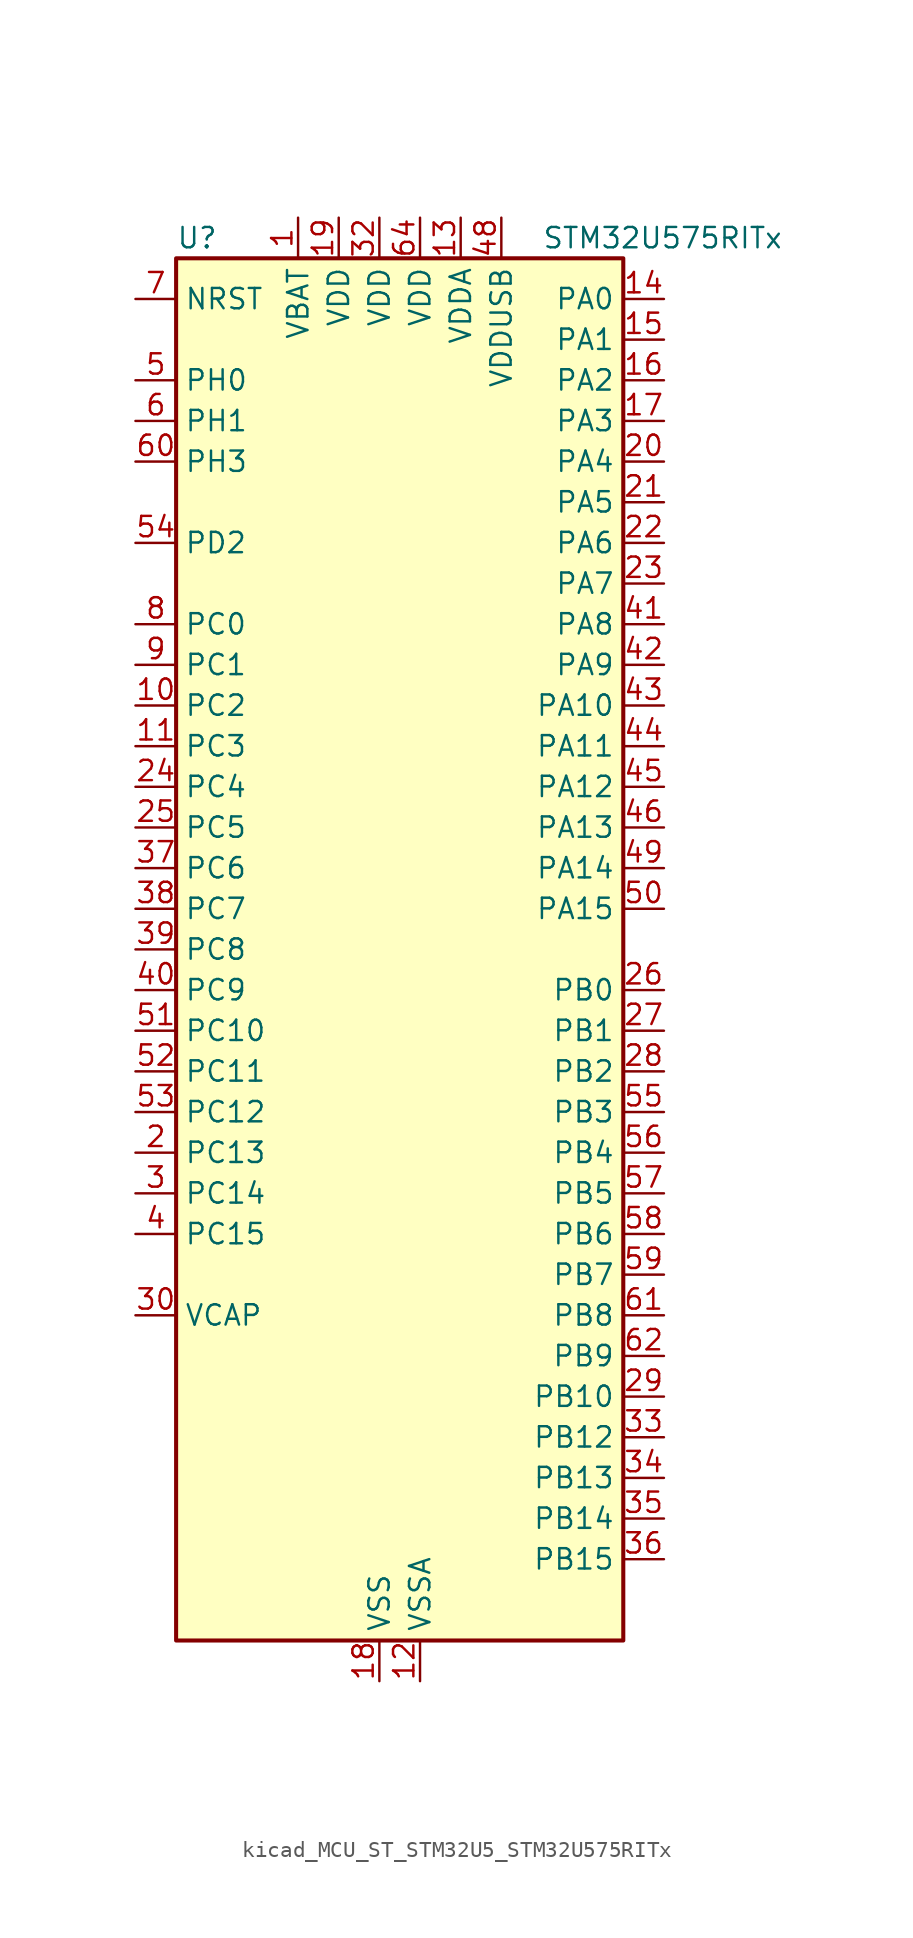
<source format=kicad_sym>
(kicad_symbol_lib
  (version 20220914)
  (generator kicad_symbol_editor)
  (symbol "kicad_MCU_ST_STM32U5_STM32U575RITx"
    (property "Reference" "U"
      (at -12.7 44.45 0)
      (effects (font (size 1.27 1.27)) (justify left)))
    (property "Value" "STM32U575RITx"
      (at 10.16 44.45 0)
      (effects (font (size 1.27 1.27)) (justify left)))
    (property "ki_locked" ""
      (at 0 0 0)
      (effects (font (size 1.27 1.27))))
    (symbol "kicad_MCU_ST_STM32U5_STM32U575RITx_0_1"
      (rectangle (start -12.7 -43.18) (end 15.24 43.18) (stroke (width 0.254) (type default)) (fill (type background))))
    (symbol "kicad_MCU_ST_STM32U5_STM32U575RITx_1_1"
      (pin power_in line (at -5.08 45.72 270) (length 2.54) (name "VBAT" (effects (font (size 1.27 1.27)))) (number "1" (effects (font (size 1.27 1.27)))))
      (pin bidirectional line (at -15.24 15.24 0) (length 2.54) (name "PC2" (effects (font (size 1.27 1.27)))) (number "10" (effects (font (size 1.27 1.27)))) (alternate "ADC1_IN3" bidirectional line) (alternate "ADC4_IN3" bidirectional line) (alternate "LPTIM1_IN2" bidirectional line) (alternate "MDF1_CCK1" bidirectional line) (alternate "OCTOSPIM_P1_IO5" bidirectional line) (alternate "SPI2_MISO" bidirectional line))
      (pin bidirectional line (at -15.24 12.7 0) (length 2.54) (name "PC3" (effects (font (size 1.27 1.27)))) (number "11" (effects (font (size 1.27 1.27)))) (alternate "ADC1_IN4" bidirectional line) (alternate "ADC4_IN4" bidirectional line) (alternate "LPTIM1_ETR" bidirectional line) (alternate "LPTIM2_ETR" bidirectional line) (alternate "LPTIM3_CH1" bidirectional line) (alternate "OCTOSPIM_P1_IO6" bidirectional line) (alternate "SAI1_D1" bidirectional line) (alternate "SAI1_SD_A" bidirectional line) (alternate "SPI2_MOSI" bidirectional line))
      (pin power_in line (at 2.54 -45.72 90) (length 2.54) (name "VSSA" (effects (font (size 1.27 1.27)))) (number "12" (effects (font (size 1.27 1.27)))))
      (pin power_in line (at 5.08 45.72 270) (length 2.54) (name "VDDA" (effects (font (size 1.27 1.27)))) (number "13" (effects (font (size 1.27 1.27)))))
      (pin bidirectional line (at 17.78 40.64 180) (length 2.54) (name "PA0" (effects (font (size 1.27 1.27)))) (number "14" (effects (font (size 1.27 1.27)))) (alternate "ADC1_IN5" bidirectional line) (alternate "AUDIOCLK" bidirectional line) (alternate "OCTOSPIM_P2_NCS" bidirectional line) (alternate "OPAMP1_VINP" bidirectional line) (alternate "PWR_WKUP1" bidirectional line) (alternate "SDMMC2_CMD" bidirectional line) (alternate "SPI3_RDY" bidirectional line) (alternate "TAMP_IN2" bidirectional line) (alternate "TAMP_OUT1" bidirectional line) (alternate "TIM2_CH1" bidirectional line) (alternate "TIM2_ETR" bidirectional line) (alternate "TIM5_CH1" bidirectional line) (alternate "TIM8_ETR" bidirectional line) (alternate "UART4_TX" bidirectional line) (alternate "USART2_CTS" bidirectional line))
      (pin bidirectional line (at 17.78 38.1 180) (length 2.54) (name "PA1" (effects (font (size 1.27 1.27)))) (number "15" (effects (font (size 1.27 1.27)))) (alternate "ADC1_IN6" bidirectional line) (alternate "I2C1_SMBA" bidirectional line) (alternate "LPTIM1_CH2" bidirectional line) (alternate "OCTOSPIM_P1_DQS" bidirectional line) (alternate "OPAMP1_VINM" bidirectional line) (alternate "PWR_WKUP3" bidirectional line) (alternate "SPI1_SCK" bidirectional line) (alternate "TAMP_IN5" bidirectional line) (alternate "TAMP_OUT4" bidirectional line) (alternate "TIM15_CH1N" bidirectional line) (alternate "TIM2_CH2" bidirectional line) (alternate "TIM5_CH2" bidirectional line) (alternate "UART4_RX" bidirectional line) (alternate "USART2_DE" bidirectional line) (alternate "USART2_RTS" bidirectional line))
      (pin bidirectional line (at 17.78 35.56 180) (length 2.54) (name "PA2" (effects (font (size 1.27 1.27)))) (number "16" (effects (font (size 1.27 1.27)))) (alternate "ADC1_IN7" bidirectional line) (alternate "COMP1_INP" bidirectional line) (alternate "LPUART1_TX" bidirectional line) (alternate "OCTOSPIM_P1_NCS" bidirectional line) (alternate "PWR_WKUP4" bidirectional line) (alternate "RCC_LSCO" bidirectional line) (alternate "SPI1_RDY" bidirectional line) (alternate "TIM15_CH1" bidirectional line) (alternate "TIM2_CH3" bidirectional line) (alternate "TIM5_CH3" bidirectional line) (alternate "UCPD1_FRSTX1" bidirectional line) (alternate "USART2_TX" bidirectional line))
      (pin bidirectional line (at 17.78 33.02 180) (length 2.54) (name "PA3" (effects (font (size 1.27 1.27)))) (number "17" (effects (font (size 1.27 1.27)))) (alternate "ADC1_IN8" bidirectional line) (alternate "LPUART1_RX" bidirectional line) (alternate "OCTOSPIM_P1_CLK" bidirectional line) (alternate "OPAMP1_VOUT" bidirectional line) (alternate "PWR_WKUP5" bidirectional line) (alternate "SAI1_CK1" bidirectional line) (alternate "SAI1_MCLK_A" bidirectional line) (alternate "TIM15_CH2" bidirectional line) (alternate "TIM2_CH4" bidirectional line) (alternate "TIM5_CH4" bidirectional line) (alternate "USART2_RX" bidirectional line))
      (pin power_in line (at 0 -45.72 90) (length 2.54) (name "VSS" (effects (font (size 1.27 1.27)))) (number "18" (effects (font (size 1.27 1.27)))))
      (pin power_in line (at -2.54 45.72 270) (length 2.54) (name "VDD" (effects (font (size 1.27 1.27)))) (number "19" (effects (font (size 1.27 1.27)))))
      (pin bidirectional line (at -15.24 -12.7 0) (length 2.54) (name "PC13" (effects (font (size 1.27 1.27)))) (number "2" (effects (font (size 1.27 1.27)))) (alternate "PWR_WKUP2" bidirectional line) (alternate "RTC_OUT1" bidirectional line) (alternate "RTC_TS" bidirectional line) (alternate "TAMP_IN1" bidirectional line) (alternate "TAMP_OUT2" bidirectional line))
      (pin bidirectional line (at 17.78 30.48 180) (length 2.54) (name "PA4" (effects (font (size 1.27 1.27)))) (number "20" (effects (font (size 1.27 1.27)))) (alternate "ADC1_IN9" bidirectional line) (alternate "ADC4_IN9" bidirectional line) (alternate "DAC1_OUT1" bidirectional line) (alternate "DCMI_HSYNC" bidirectional line) (alternate "LPTIM2_CH1" bidirectional line) (alternate "OCTOSPIM_P1_NCS" bidirectional line) (alternate "PSSI_DE" bidirectional line) (alternate "PWR_WKUP2" bidirectional line) (alternate "SAI1_FS_B" bidirectional line) (alternate "SPI1_NSS" bidirectional line) (alternate "SPI3_NSS" bidirectional line) (alternate "USART2_CK" bidirectional line))
      (pin bidirectional line (at 17.78 27.94 180) (length 2.54) (name "PA5" (effects (font (size 1.27 1.27)))) (number "21" (effects (font (size 1.27 1.27)))) (alternate "ADC1_IN10" bidirectional line) (alternate "ADC4_IN10" bidirectional line) (alternate "DAC1_OUT2" bidirectional line) (alternate "LPTIM2_ETR" bidirectional line) (alternate "PSSI_D14" bidirectional line) (alternate "PWR_CSLEEP" bidirectional line) (alternate "PWR_WKUP6" bidirectional line) (alternate "SPI1_SCK" bidirectional line) (alternate "TIM2_CH1" bidirectional line) (alternate "TIM2_ETR" bidirectional line) (alternate "TIM8_CH1N" bidirectional line) (alternate "USART3_RX" bidirectional line))
      (pin bidirectional line (at 17.78 25.4 180) (length 2.54) (name "PA6" (effects (font (size 1.27 1.27)))) (number "22" (effects (font (size 1.27 1.27)))) (alternate "ADC1_IN11" bidirectional line) (alternate "ADC4_IN11" bidirectional line) (alternate "DCMI_PIXCLK" bidirectional line) (alternate "LPUART1_CTS" bidirectional line) (alternate "OCTOSPIM_P1_IO3" bidirectional line) (alternate "OPAMP2_VINP" bidirectional line) (alternate "PSSI_PDCK" bidirectional line) (alternate "PWR_CDSTOP" bidirectional line) (alternate "PWR_WKUP7" bidirectional line) (alternate "SPI1_MISO" bidirectional line) (alternate "TIM16_CH1" bidirectional line) (alternate "TIM1_BKIN" bidirectional line) (alternate "TIM3_CH1" bidirectional line) (alternate "TIM8_BKIN" bidirectional line) (alternate "USART3_CTS" bidirectional line))
      (pin bidirectional line (at 17.78 22.86 180) (length 2.54) (name "PA7" (effects (font (size 1.27 1.27)))) (number "23" (effects (font (size 1.27 1.27)))) (alternate "ADC1_IN12" bidirectional line) (alternate "ADC4_IN20" bidirectional line) (alternate "I2C3_SCL" bidirectional line) (alternate "LPTIM2_CH2" bidirectional line) (alternate "OCTOSPIM_P1_IO2" bidirectional line) (alternate "OPAMP2_VINM" bidirectional line) (alternate "PWR_SRDSTOP" bidirectional line) (alternate "PWR_WKUP8" bidirectional line) (alternate "SPI1_MOSI" bidirectional line) (alternate "TIM17_CH1" bidirectional line) (alternate "TIM1_CH1N" bidirectional line) (alternate "TIM3_CH2" bidirectional line) (alternate "TIM8_CH1N" bidirectional line) (alternate "USART3_TX" bidirectional line))
      (pin bidirectional line (at -15.24 10.16 0) (length 2.54) (name "PC4" (effects (font (size 1.27 1.27)))) (number "24" (effects (font (size 1.27 1.27)))) (alternate "ADC1_IN13" bidirectional line) (alternate "ADC4_IN22" bidirectional line) (alternate "COMP1_INM" bidirectional line) (alternate "OCTOSPIM_P1_IO7" bidirectional line) (alternate "USART3_TX" bidirectional line))
      (pin bidirectional line (at -15.24 7.62 0) (length 2.54) (name "PC5" (effects (font (size 1.27 1.27)))) (number "25" (effects (font (size 1.27 1.27)))) (alternate "ADC1_IN14" bidirectional line) (alternate "ADC4_IN23" bidirectional line) (alternate "COMP1_INP" bidirectional line) (alternate "PSSI_D15" bidirectional line) (alternate "PWR_WKUP5" bidirectional line) (alternate "SAI1_D3" bidirectional line) (alternate "TAMP_IN4" bidirectional line) (alternate "TAMP_OUT5" bidirectional line) (alternate "TIM1_CH4N" bidirectional line) (alternate "USART3_RX" bidirectional line))
      (pin bidirectional line (at 17.78 -2.54 180) (length 2.54) (name "PB0" (effects (font (size 1.27 1.27)))) (number "26" (effects (font (size 1.27 1.27)))) (alternate "ADC1_IN15" bidirectional line) (alternate "ADC4_IN18" bidirectional line) (alternate "AUDIOCLK" bidirectional line) (alternate "COMP1_OUT" bidirectional line) (alternate "LPTIM3_CH1" bidirectional line) (alternate "OCTOSPIM_P1_IO1" bidirectional line) (alternate "OPAMP2_VOUT" bidirectional line) (alternate "SPI1_NSS" bidirectional line) (alternate "TIM1_CH2N" bidirectional line) (alternate "TIM3_CH3" bidirectional line) (alternate "TIM8_CH2N" bidirectional line) (alternate "USART3_CK" bidirectional line))
      (pin bidirectional line (at 17.78 -5.08 180) (length 2.54) (name "PB1" (effects (font (size 1.27 1.27)))) (number "27" (effects (font (size 1.27 1.27)))) (alternate "ADC1_IN16" bidirectional line) (alternate "ADC4_IN19" bidirectional line) (alternate "COMP1_INM" bidirectional line) (alternate "LPTIM2_IN1" bidirectional line) (alternate "LPTIM3_CH2" bidirectional line) (alternate "LPUART1_DE" bidirectional line) (alternate "LPUART1_RTS" bidirectional line) (alternate "MDF1_SDI0" bidirectional line) (alternate "OCTOSPIM_P1_IO0" bidirectional line) (alternate "PWR_WKUP4" bidirectional line) (alternate "TIM1_CH3N" bidirectional line) (alternate "TIM3_CH4" bidirectional line) (alternate "TIM8_CH3N" bidirectional line) (alternate "USART3_DE" bidirectional line) (alternate "USART3_RTS" bidirectional line))
      (pin bidirectional line (at 17.78 -7.62 180) (length 2.54) (name "PB2" (effects (font (size 1.27 1.27)))) (number "28" (effects (font (size 1.27 1.27)))) (alternate "ADC1_IN17" bidirectional line) (alternate "COMP1_INP" bidirectional line) (alternate "I2C3_SMBA" bidirectional line) (alternate "LPTIM1_CH1" bidirectional line) (alternate "MDF1_CKI0" bidirectional line) (alternate "OCTOSPIM_P1_DQS" bidirectional line) (alternate "PWR_WKUP1" bidirectional line) (alternate "RTC_OUT2" bidirectional line) (alternate "SPI1_RDY" bidirectional line) (alternate "TIM8_CH4N" bidirectional line) (alternate "UCPD1_FRSTX1" bidirectional line))
      (pin bidirectional line (at 17.78 -27.94 180) (length 2.54) (name "PB10" (effects (font (size 1.27 1.27)))) (number "29" (effects (font (size 1.27 1.27)))) (alternate "COMP1_OUT" bidirectional line) (alternate "I2C2_SCL" bidirectional line) (alternate "I2C4_SCL" bidirectional line) (alternate "LPTIM3_CH1" bidirectional line) (alternate "LPUART1_RX" bidirectional line) (alternate "OCTOSPIM_P1_CLK" bidirectional line) (alternate "PWR_WKUP8" bidirectional line) (alternate "SAI1_SCK_A" bidirectional line) (alternate "SPI2_SCK" bidirectional line) (alternate "TIM2_CH3" bidirectional line) (alternate "TSC_SYNC" bidirectional line) (alternate "USART3_TX" bidirectional line))
      (pin bidirectional line (at -15.24 -15.24 0) (length 2.54) (name "PC14" (effects (font (size 1.27 1.27)))) (number "3" (effects (font (size 1.27 1.27)))) (alternate "RCC_OSC32_IN" bidirectional line))
      (pin power_out line (at -15.24 -22.86 0) (length 2.54) (name "VCAP" (effects (font (size 1.27 1.27)))) (number "30" (effects (font (size 1.27 1.27)))))
      (pin passive line (at 0 -45.72 90) (length 2.54) hide (name "VSS" (effects (font (size 1.27 1.27)))) (number "31" (effects (font (size 1.27 1.27)))))
      (pin power_in line (at 0 45.72 270) (length 2.54) (name "VDD" (effects (font (size 1.27 1.27)))) (number "32" (effects (font (size 1.27 1.27)))))
      (pin bidirectional line (at 17.78 -30.48 180) (length 2.54) (name "PB12" (effects (font (size 1.27 1.27)))) (number "33" (effects (font (size 1.27 1.27)))) (alternate "I2C2_SMBA" bidirectional line) (alternate "LPUART1_DE" bidirectional line) (alternate "LPUART1_RTS" bidirectional line) (alternate "MDF1_SDI1" bidirectional line) (alternate "OCTOSPIM_P1_NCLK" bidirectional line) (alternate "SPI2_NSS" bidirectional line) (alternate "TIM15_BKIN" bidirectional line) (alternate "TIM1_BKIN" bidirectional line) (alternate "TSC_G1_IO1" bidirectional line) (alternate "USART3_CK" bidirectional line))
      (pin bidirectional line (at 17.78 -33.02 180) (length 2.54) (name "PB13" (effects (font (size 1.27 1.27)))) (number "34" (effects (font (size 1.27 1.27)))) (alternate "I2C2_SCL" bidirectional line) (alternate "LPTIM3_IN1" bidirectional line) (alternate "LPUART1_CTS" bidirectional line) (alternate "MDF1_CKI1" bidirectional line) (alternate "SPI2_SCK" bidirectional line) (alternate "TIM15_CH1N" bidirectional line) (alternate "TIM1_CH1N" bidirectional line) (alternate "TSC_G1_IO2" bidirectional line) (alternate "USART3_CTS" bidirectional line))
      (pin bidirectional line (at 17.78 -35.56 180) (length 2.54) (name "PB14" (effects (font (size 1.27 1.27)))) (number "35" (effects (font (size 1.27 1.27)))) (alternate "I2C2_SDA" bidirectional line) (alternate "LPTIM3_ETR" bidirectional line) (alternate "MDF1_SDI2" bidirectional line) (alternate "SDMMC2_D0" bidirectional line) (alternate "SPI2_MISO" bidirectional line) (alternate "TIM15_CH1" bidirectional line) (alternate "TIM1_CH2N" bidirectional line) (alternate "TIM8_CH2N" bidirectional line) (alternate "TSC_G1_IO3" bidirectional line) (alternate "UCPD1_DBCC2" bidirectional line) (alternate "USART3_DE" bidirectional line) (alternate "USART3_RTS" bidirectional line))
      (pin bidirectional line (at 17.78 -38.1 180) (length 2.54) (name "PB15" (effects (font (size 1.27 1.27)))) (number "36" (effects (font (size 1.27 1.27)))) (alternate "ADC1_EXTI15" bidirectional line) (alternate "ADC4_EXTI15" bidirectional line) (alternate "LPTIM2_IN2" bidirectional line) (alternate "MDF1_CKI2" bidirectional line) (alternate "PWR_WKUP7" bidirectional line) (alternate "RTC_REFIN" bidirectional line) (alternate "SDMMC2_D1" bidirectional line) (alternate "SPI2_MOSI" bidirectional line) (alternate "TIM15_CH2" bidirectional line) (alternate "TIM1_CH3N" bidirectional line) (alternate "TIM8_CH3N" bidirectional line) (alternate "UCPD1_CC2" bidirectional line))
      (pin bidirectional line (at -15.24 5.08 0) (length 2.54) (name "PC6" (effects (font (size 1.27 1.27)))) (number "37" (effects (font (size 1.27 1.27)))) (alternate "DCMI_D0" bidirectional line) (alternate "MDF1_CKI3" bidirectional line) (alternate "PSSI_D0" bidirectional line) (alternate "PWR_CSLEEP" bidirectional line) (alternate "SDMMC1_D0DIR" bidirectional line) (alternate "SDMMC1_D6" bidirectional line) (alternate "SDMMC2_D6" bidirectional line) (alternate "TIM3_CH1" bidirectional line) (alternate "TIM8_CH1" bidirectional line) (alternate "TSC_G4_IO1" bidirectional line))
      (pin bidirectional line (at -15.24 2.54 0) (length 2.54) (name "PC7" (effects (font (size 1.27 1.27)))) (number "38" (effects (font (size 1.27 1.27)))) (alternate "DCMI_D1" bidirectional line) (alternate "LPTIM2_CH2" bidirectional line) (alternate "MDF1_SDI3" bidirectional line) (alternate "PSSI_D1" bidirectional line) (alternate "PWR_CDSTOP" bidirectional line) (alternate "SDMMC1_D123DIR" bidirectional line) (alternate "SDMMC1_D7" bidirectional line) (alternate "SDMMC2_D7" bidirectional line) (alternate "TIM3_CH2" bidirectional line) (alternate "TIM8_CH2" bidirectional line) (alternate "TSC_G4_IO2" bidirectional line))
      (pin bidirectional line (at -15.24 0 0) (length 2.54) (name "PC8" (effects (font (size 1.27 1.27)))) (number "39" (effects (font (size 1.27 1.27)))) (alternate "DCMI_D2" bidirectional line) (alternate "LPTIM3_CH1" bidirectional line) (alternate "PSSI_D2" bidirectional line) (alternate "PWR_SRDSTOP" bidirectional line) (alternate "SDMMC1_D0" bidirectional line) (alternate "TIM3_CH3" bidirectional line) (alternate "TIM8_CH3" bidirectional line) (alternate "TSC_G4_IO3" bidirectional line))
      (pin bidirectional line (at -15.24 -17.78 0) (length 2.54) (name "PC15" (effects (font (size 1.27 1.27)))) (number "4" (effects (font (size 1.27 1.27)))) (alternate "ADC1_EXTI15" bidirectional line) (alternate "ADC4_EXTI15" bidirectional line) (alternate "RCC_OSC32_OUT" bidirectional line))
      (pin bidirectional line (at -15.24 -2.54 0) (length 2.54) (name "PC9" (effects (font (size 1.27 1.27)))) (number "40" (effects (font (size 1.27 1.27)))) (alternate "DAC1_EXTI9" bidirectional line) (alternate "DCMI_D3" bidirectional line) (alternate "DEBUG_TRACED0" bidirectional line) (alternate "LPTIM3_CH2" bidirectional line) (alternate "PSSI_D3" bidirectional line) (alternate "SDMMC1_D1" bidirectional line) (alternate "TIM3_CH4" bidirectional line) (alternate "TIM8_BKIN2" bidirectional line) (alternate "TIM8_CH4" bidirectional line) (alternate "TSC_G4_IO4" bidirectional line) (alternate "USB_OTG_FS_NOE" bidirectional line))
      (pin bidirectional line (at 17.78 20.32 180) (length 2.54) (name "PA8" (effects (font (size 1.27 1.27)))) (number "41" (effects (font (size 1.27 1.27)))) (alternate "DEBUG_TRACECLK" bidirectional line) (alternate "LPTIM2_CH1" bidirectional line) (alternate "RCC_MCO" bidirectional line) (alternate "SAI1_CK2" bidirectional line) (alternate "SAI1_SCK_A" bidirectional line) (alternate "SPI1_RDY" bidirectional line) (alternate "TIM1_CH1" bidirectional line) (alternate "USART1_CK" bidirectional line) (alternate "USB_OTG_FS_SOF" bidirectional line))
      (pin bidirectional line (at 17.78 17.78 180) (length 2.54) (name "PA9" (effects (font (size 1.27 1.27)))) (number "42" (effects (font (size 1.27 1.27)))) (alternate "DAC1_EXTI9" bidirectional line) (alternate "DCMI_D0" bidirectional line) (alternate "PSSI_D0" bidirectional line) (alternate "SAI1_FS_A" bidirectional line) (alternate "SPI2_SCK" bidirectional line) (alternate "TIM15_BKIN" bidirectional line) (alternate "TIM1_CH2" bidirectional line) (alternate "USART1_TX" bidirectional line) (alternate "USB_OTG_FS_VBUS" bidirectional line))
      (pin bidirectional line (at 17.78 15.24 180) (length 2.54) (name "PA10" (effects (font (size 1.27 1.27)))) (number "43" (effects (font (size 1.27 1.27)))) (alternate "CRS_SYNC" bidirectional line) (alternate "DCMI_D1" bidirectional line) (alternate "LPTIM2_IN2" bidirectional line) (alternate "PSSI_D1" bidirectional line) (alternate "SAI1_D1" bidirectional line) (alternate "SAI1_SD_A" bidirectional line) (alternate "TIM17_BKIN" bidirectional line) (alternate "TIM1_CH3" bidirectional line) (alternate "USART1_RX" bidirectional line) (alternate "USB_OTG_FS_ID" bidirectional line))
      (pin bidirectional line (at 17.78 12.7 180) (length 2.54) (name "PA11" (effects (font (size 1.27 1.27)))) (number "44" (effects (font (size 1.27 1.27)))) (alternate "ADC1_EXTI11" bidirectional line) (alternate "FDCAN1_RX" bidirectional line) (alternate "SPI1_MISO" bidirectional line) (alternate "TIM1_BKIN2" bidirectional line) (alternate "TIM1_CH4" bidirectional line) (alternate "USART1_CTS" bidirectional line) (alternate "USB_OTG_FS_DM" bidirectional line))
      (pin bidirectional line (at 17.78 10.16 180) (length 2.54) (name "PA12" (effects (font (size 1.27 1.27)))) (number "45" (effects (font (size 1.27 1.27)))) (alternate "FDCAN1_TX" bidirectional line) (alternate "OCTOSPIM_P2_NCS" bidirectional line) (alternate "SPI1_MOSI" bidirectional line) (alternate "TIM1_ETR" bidirectional line) (alternate "USART1_DE" bidirectional line) (alternate "USART1_RTS" bidirectional line) (alternate "USB_OTG_FS_DP" bidirectional line))
      (pin bidirectional line (at 17.78 7.62 180) (length 2.54) (name "PA13" (effects (font (size 1.27 1.27)))) (number "46" (effects (font (size 1.27 1.27)))) (alternate "DEBUG_JTMS-SWDIO" bidirectional line) (alternate "IR_OUT" bidirectional line) (alternate "SAI1_SD_B" bidirectional line) (alternate "USB_OTG_FS_NOE" bidirectional line))
      (pin passive line (at 0 -45.72 90) (length 2.54) hide (name "VSS" (effects (font (size 1.27 1.27)))) (number "47" (effects (font (size 1.27 1.27)))))
      (pin power_in line (at 7.62 45.72 270) (length 2.54) (name "VDDUSB" (effects (font (size 1.27 1.27)))) (number "48" (effects (font (size 1.27 1.27)))))
      (pin bidirectional line (at 17.78 5.08 180) (length 2.54) (name "PA14" (effects (font (size 1.27 1.27)))) (number "49" (effects (font (size 1.27 1.27)))) (alternate "DEBUG_JTCK-SWCLK" bidirectional line) (alternate "I2C1_SMBA" bidirectional line) (alternate "I2C4_SMBA" bidirectional line) (alternate "LPTIM1_CH1" bidirectional line) (alternate "SAI1_FS_B" bidirectional line) (alternate "USB_OTG_FS_SOF" bidirectional line))
      (pin bidirectional line (at -15.24 35.56 0) (length 2.54) (name "PH0" (effects (font (size 1.27 1.27)))) (number "5" (effects (font (size 1.27 1.27)))) (alternate "RCC_OSC_IN" bidirectional line))
      (pin bidirectional line (at 17.78 2.54 180) (length 2.54) (name "PA15" (effects (font (size 1.27 1.27)))) (number "50" (effects (font (size 1.27 1.27)))) (alternate "ADC1_EXTI15" bidirectional line) (alternate "ADC4_EXTI15" bidirectional line) (alternate "DEBUG_JTDI" bidirectional line) (alternate "SPI1_NSS" bidirectional line) (alternate "SPI3_NSS" bidirectional line) (alternate "TIM2_CH1" bidirectional line) (alternate "TIM2_ETR" bidirectional line) (alternate "UART4_DE" bidirectional line) (alternate "UART4_RTS" bidirectional line) (alternate "UCPD1_CC1" bidirectional line) (alternate "USART2_RX" bidirectional line) (alternate "USART3_DE" bidirectional line) (alternate "USART3_RTS" bidirectional line))
      (pin bidirectional line (at -15.24 -5.08 0) (length 2.54) (name "PC10" (effects (font (size 1.27 1.27)))) (number "51" (effects (font (size 1.27 1.27)))) (alternate "ADF1_CCK1" bidirectional line) (alternate "DCMI_D8" bidirectional line) (alternate "DEBUG_TRACED1" bidirectional line) (alternate "LPTIM3_ETR" bidirectional line) (alternate "PSSI_D8" bidirectional line) (alternate "SDMMC1_D2" bidirectional line) (alternate "SPI3_SCK" bidirectional line) (alternate "TSC_G3_IO2" bidirectional line) (alternate "UART4_TX" bidirectional line) (alternate "USART3_TX" bidirectional line))
      (pin bidirectional line (at -15.24 -7.62 0) (length 2.54) (name "PC11" (effects (font (size 1.27 1.27)))) (number "52" (effects (font (size 1.27 1.27)))) (alternate "ADC1_EXTI11" bidirectional line) (alternate "ADF1_SDI0" bidirectional line) (alternate "DCMI_D2" bidirectional line) (alternate "DCMI_D4" bidirectional line) (alternate "LPTIM3_IN1" bidirectional line) (alternate "OCTOSPIM_P1_NCS" bidirectional line) (alternate "PSSI_D2" bidirectional line) (alternate "PSSI_D4" bidirectional line) (alternate "SDMMC1_D3" bidirectional line) (alternate "SPI3_MISO" bidirectional line) (alternate "TSC_G3_IO3" bidirectional line) (alternate "UART4_RX" bidirectional line) (alternate "UCPD1_FRSTX2" bidirectional line) (alternate "USART3_RX" bidirectional line))
      (pin bidirectional line (at -15.24 -10.16 0) (length 2.54) (name "PC12" (effects (font (size 1.27 1.27)))) (number "53" (effects (font (size 1.27 1.27)))) (alternate "DCMI_D9" bidirectional line) (alternate "DEBUG_TRACED3" bidirectional line) (alternate "PSSI_D9" bidirectional line) (alternate "SDMMC1_CK" bidirectional line) (alternate "SPI3_MOSI" bidirectional line) (alternate "TSC_G3_IO4" bidirectional line) (alternate "UART5_TX" bidirectional line) (alternate "USART3_CK" bidirectional line))
      (pin bidirectional line (at -15.24 25.4 0) (length 2.54) (name "PD2" (effects (font (size 1.27 1.27)))) (number "54" (effects (font (size 1.27 1.27)))) (alternate "DCMI_D11" bidirectional line) (alternate "DEBUG_TRACED2" bidirectional line) (alternate "LPTIM4_ETR" bidirectional line) (alternate "PSSI_D11" bidirectional line) (alternate "SDMMC1_CMD" bidirectional line) (alternate "TIM3_ETR" bidirectional line) (alternate "TSC_SYNC" bidirectional line) (alternate "UART5_RX" bidirectional line) (alternate "USART3_DE" bidirectional line) (alternate "USART3_RTS" bidirectional line))
      (pin bidirectional line (at 17.78 -10.16 180) (length 2.54) (name "PB3" (effects (font (size 1.27 1.27)))) (number "55" (effects (font (size 1.27 1.27)))) (alternate "ADF1_CCK0" bidirectional line) (alternate "COMP2_INM" bidirectional line) (alternate "CRS_SYNC" bidirectional line) (alternate "DEBUG_JTDO-SWO" bidirectional line) (alternate "I2C1_SDA" bidirectional line) (alternate "LPTIM1_CH1" bidirectional line) (alternate "SAI1_SCK_B" bidirectional line) (alternate "SDMMC2_D2" bidirectional line) (alternate "SPI1_SCK" bidirectional line) (alternate "SPI3_SCK" bidirectional line) (alternate "TIM2_CH2" bidirectional line) (alternate "USART1_DE" bidirectional line) (alternate "USART1_RTS" bidirectional line))
      (pin bidirectional line (at 17.78 -12.7 180) (length 2.54) (name "PB4" (effects (font (size 1.27 1.27)))) (number "56" (effects (font (size 1.27 1.27)))) (alternate "ADF1_SDI0" bidirectional line) (alternate "COMP2_INP" bidirectional line) (alternate "DCMI_D12" bidirectional line) (alternate "DEBUG_JTRST" bidirectional line) (alternate "I2C3_SDA" bidirectional line) (alternate "LPTIM1_CH2" bidirectional line) (alternate "PSSI_D12" bidirectional line) (alternate "SAI1_MCLK_B" bidirectional line) (alternate "SDMMC2_D3" bidirectional line) (alternate "SPI1_MISO" bidirectional line) (alternate "SPI3_MISO" bidirectional line) (alternate "TIM17_BKIN" bidirectional line) (alternate "TIM3_CH1" bidirectional line) (alternate "TSC_G2_IO1" bidirectional line) (alternate "UART5_DE" bidirectional line) (alternate "UART5_RTS" bidirectional line) (alternate "USART1_CTS" bidirectional line))
      (pin bidirectional line (at 17.78 -15.24 180) (length 2.54) (name "PB5" (effects (font (size 1.27 1.27)))) (number "57" (effects (font (size 1.27 1.27)))) (alternate "COMP2_OUT" bidirectional line) (alternate "DCMI_D10" bidirectional line) (alternate "I2C1_SMBA" bidirectional line) (alternate "LPTIM1_IN1" bidirectional line) (alternate "OCTOSPIM_P1_NCLK" bidirectional line) (alternate "PSSI_D10" bidirectional line) (alternate "PWR_WKUP6" bidirectional line) (alternate "SAI1_SD_B" bidirectional line) (alternate "SPI1_MOSI" bidirectional line) (alternate "SPI3_MOSI" bidirectional line) (alternate "TIM16_BKIN" bidirectional line) (alternate "TIM3_CH2" bidirectional line) (alternate "TSC_G2_IO2" bidirectional line) (alternate "UART5_CTS" bidirectional line) (alternate "UCPD1_DBCC1" bidirectional line) (alternate "USART1_CK" bidirectional line))
      (pin bidirectional line (at 17.78 -17.78 180) (length 2.54) (name "PB6" (effects (font (size 1.27 1.27)))) (number "58" (effects (font (size 1.27 1.27)))) (alternate "COMP2_INP" bidirectional line) (alternate "DCMI_D5" bidirectional line) (alternate "I2C1_SCL" bidirectional line) (alternate "I2C4_SCL" bidirectional line) (alternate "LPTIM1_ETR" bidirectional line) (alternate "MDF1_SDI5" bidirectional line) (alternate "PSSI_D5" bidirectional line) (alternate "PWR_WKUP3" bidirectional line) (alternate "SAI1_FS_B" bidirectional line) (alternate "TIM16_CH1N" bidirectional line) (alternate "TIM4_CH1" bidirectional line) (alternate "TIM8_BKIN2" bidirectional line) (alternate "TSC_G2_IO3" bidirectional line) (alternate "USART1_TX" bidirectional line))
      (pin bidirectional line (at 17.78 -20.32 180) (length 2.54) (name "PB7" (effects (font (size 1.27 1.27)))) (number "59" (effects (font (size 1.27 1.27)))) (alternate "COMP2_INM" bidirectional line) (alternate "DCMI_VSYNC" bidirectional line) (alternate "I2C1_SDA" bidirectional line) (alternate "I2C4_SDA" bidirectional line) (alternate "LPTIM1_IN2" bidirectional line) (alternate "MDF1_CKI5" bidirectional line) (alternate "PSSI_RDY" bidirectional line) (alternate "PWR_PVD_IN" bidirectional line) (alternate "PWR_WKUP4" bidirectional line) (alternate "TIM17_CH1N" bidirectional line) (alternate "TIM4_CH2" bidirectional line) (alternate "TIM8_BKIN" bidirectional line) (alternate "TSC_G2_IO4" bidirectional line) (alternate "UART4_CTS" bidirectional line) (alternate "USART1_RX" bidirectional line))
      (pin bidirectional line (at -15.24 33.02 0) (length 2.54) (name "PH1" (effects (font (size 1.27 1.27)))) (number "6" (effects (font (size 1.27 1.27)))) (alternate "RCC_OSC_OUT" bidirectional line))
      (pin bidirectional line (at -15.24 30.48 0) (length 2.54) (name "PH3" (effects (font (size 1.27 1.27)))) (number "60" (effects (font (size 1.27 1.27)))))
      (pin bidirectional line (at 17.78 -22.86 180) (length 2.54) (name "PB8" (effects (font (size 1.27 1.27)))) (number "61" (effects (font (size 1.27 1.27)))) (alternate "DCMI_D6" bidirectional line) (alternate "FDCAN1_RX" bidirectional line) (alternate "I2C1_SCL" bidirectional line) (alternate "MDF1_CCK0" bidirectional line) (alternate "PSSI_D6" bidirectional line) (alternate "PWR_WKUP5" bidirectional line) (alternate "SAI1_CK1" bidirectional line) (alternate "SAI1_MCLK_A" bidirectional line) (alternate "SDMMC1_CKIN" bidirectional line) (alternate "SDMMC1_D4" bidirectional line) (alternate "SDMMC2_D4" bidirectional line) (alternate "SPI3_RDY" bidirectional line) (alternate "TIM16_CH1" bidirectional line) (alternate "TIM4_CH3" bidirectional line))
      (pin bidirectional line (at 17.78 -25.4 180) (length 2.54) (name "PB9" (effects (font (size 1.27 1.27)))) (number "62" (effects (font (size 1.27 1.27)))) (alternate "DAC1_EXTI9" bidirectional line) (alternate "DCMI_D7" bidirectional line) (alternate "FDCAN1_TX" bidirectional line) (alternate "I2C1_SDA" bidirectional line) (alternate "IR_OUT" bidirectional line) (alternate "PSSI_D7" bidirectional line) (alternate "SAI1_D2" bidirectional line) (alternate "SAI1_FS_A" bidirectional line) (alternate "SDMMC1_CDIR" bidirectional line) (alternate "SDMMC1_D5" bidirectional line) (alternate "SDMMC2_D5" bidirectional line) (alternate "SPI2_NSS" bidirectional line) (alternate "TIM17_CH1" bidirectional line) (alternate "TIM4_CH4" bidirectional line))
      (pin passive line (at 0 -45.72 90) (length 2.54) hide (name "VSS" (effects (font (size 1.27 1.27)))) (number "63" (effects (font (size 1.27 1.27)))))
      (pin power_in line (at 2.54 45.72 270) (length 2.54) (name "VDD" (effects (font (size 1.27 1.27)))) (number "64" (effects (font (size 1.27 1.27)))))
      (pin input line (at -15.24 40.64 0) (length 2.54) (name "NRST" (effects (font (size 1.27 1.27)))) (number "7" (effects (font (size 1.27 1.27)))))
      (pin bidirectional line (at -15.24 20.32 0) (length 2.54) (name "PC0" (effects (font (size 1.27 1.27)))) (number "8" (effects (font (size 1.27 1.27)))) (alternate "ADC1_IN1" bidirectional line) (alternate "ADC4_IN1" bidirectional line) (alternate "I2C3_SCL" bidirectional line) (alternate "LPTIM1_IN1" bidirectional line) (alternate "LPTIM2_IN1" bidirectional line) (alternate "LPUART1_RX" bidirectional line) (alternate "MDF1_SDI4" bidirectional line) (alternate "OCTOSPIM_P1_IO7" bidirectional line) (alternate "SDMMC1_D5" bidirectional line) (alternate "SPI2_RDY" bidirectional line))
      (pin bidirectional line (at -15.24 17.78 0) (length 2.54) (name "PC1" (effects (font (size 1.27 1.27)))) (number "9" (effects (font (size 1.27 1.27)))) (alternate "ADC1_IN2" bidirectional line) (alternate "ADC4_IN2" bidirectional line) (alternate "DEBUG_TRACED0" bidirectional line) (alternate "I2C3_SDA" bidirectional line) (alternate "LPTIM1_CH1" bidirectional line) (alternate "LPUART1_TX" bidirectional line) (alternate "MDF1_CKI4" bidirectional line) (alternate "OCTOSPIM_P1_IO4" bidirectional line) (alternate "SAI1_SD_A" bidirectional line) (alternate "SDMMC2_CK" bidirectional line) (alternate "SPI2_MOSI" bidirectional line)))))
</source>
